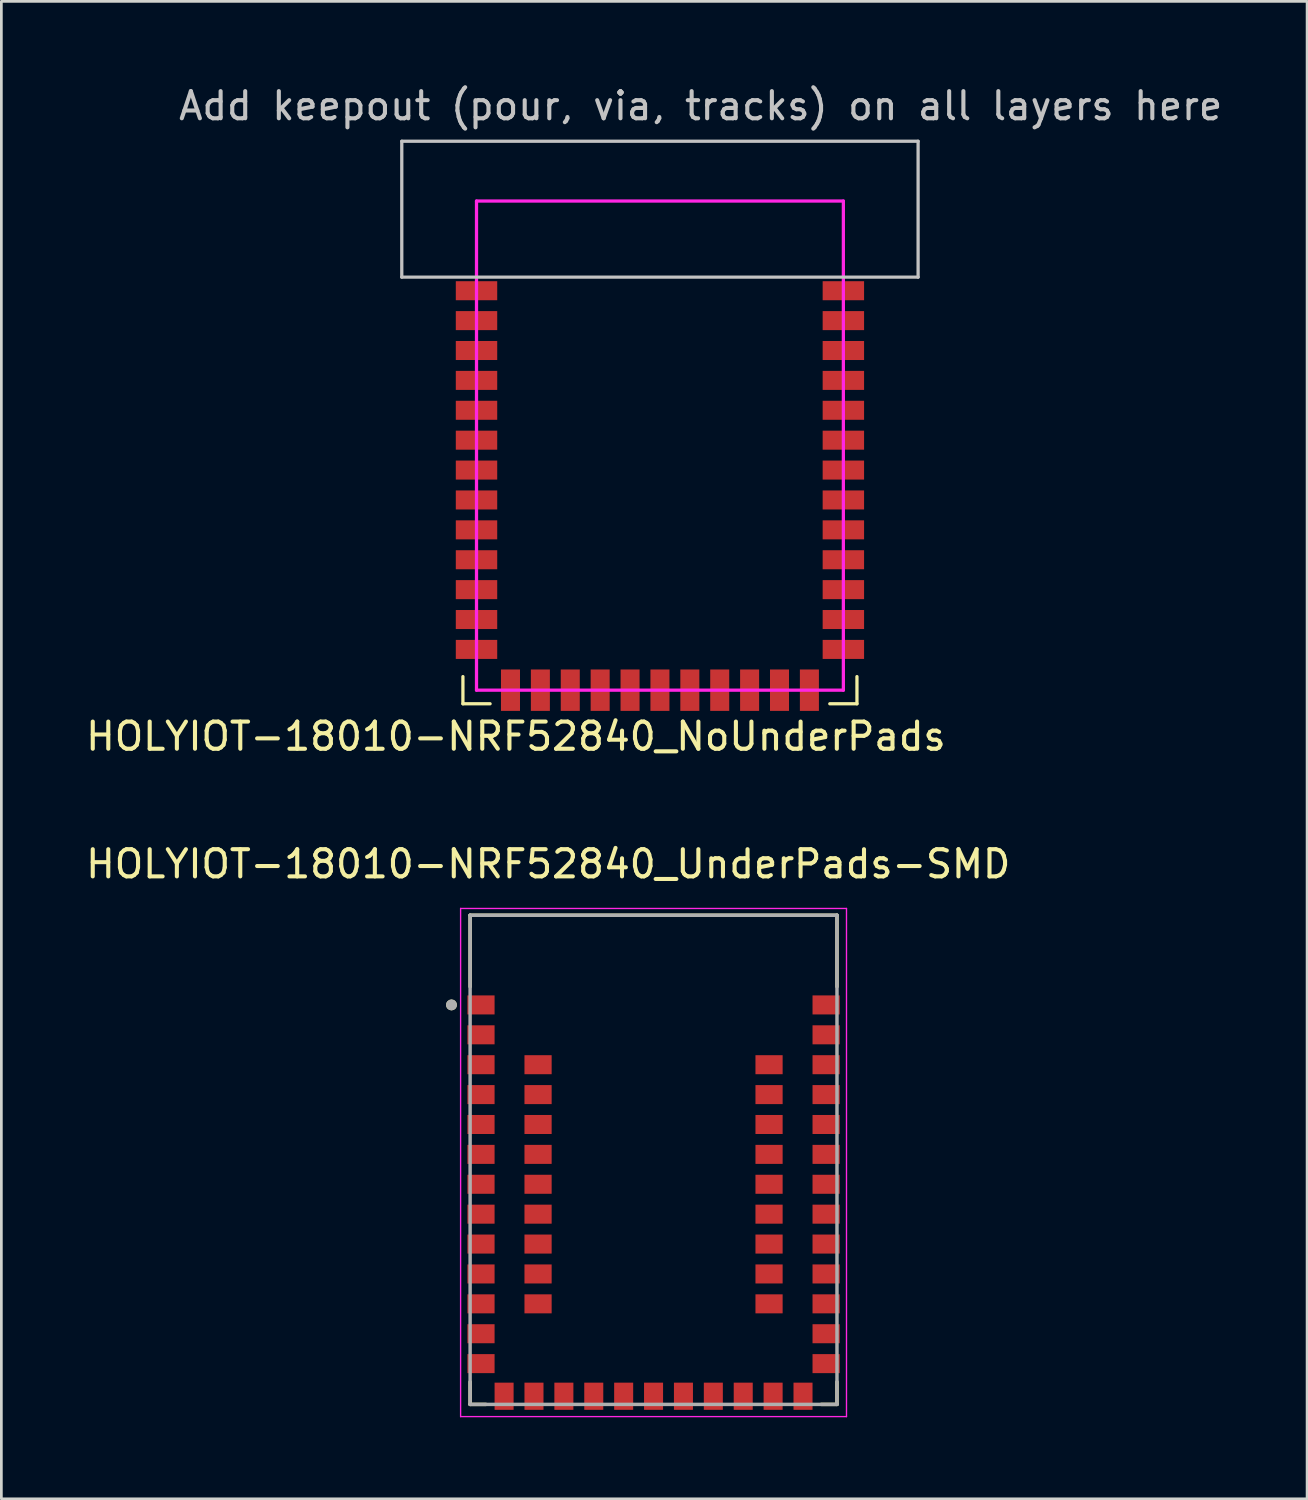
<source format=kicad_pcb>
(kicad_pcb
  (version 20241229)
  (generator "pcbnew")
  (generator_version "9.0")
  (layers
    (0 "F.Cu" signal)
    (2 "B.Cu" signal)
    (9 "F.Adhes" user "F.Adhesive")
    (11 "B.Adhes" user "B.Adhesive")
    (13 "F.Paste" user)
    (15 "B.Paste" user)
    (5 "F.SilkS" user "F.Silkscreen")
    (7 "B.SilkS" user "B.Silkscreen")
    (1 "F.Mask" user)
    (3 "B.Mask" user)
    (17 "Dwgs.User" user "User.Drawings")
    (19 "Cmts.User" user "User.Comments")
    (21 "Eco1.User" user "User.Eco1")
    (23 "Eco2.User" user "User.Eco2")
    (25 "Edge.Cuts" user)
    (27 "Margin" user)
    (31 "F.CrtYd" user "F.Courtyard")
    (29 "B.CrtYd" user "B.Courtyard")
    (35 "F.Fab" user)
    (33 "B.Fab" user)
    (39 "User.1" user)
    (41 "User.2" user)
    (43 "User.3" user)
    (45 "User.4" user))
  (footprint "HOLYIOT-18010-NRF52840_NoUnderPads"
    (layer "F.Cu")
    (at 21.235 13.348)
    (property "Reference" "HOLYIOT-18010-NRF52840_NoUnderPads" (at -5.3 10.7 0) (layer "F.SilkS") (effects (font (size 1 1) (thickness 0.15))))
    (attr smd)
    (fp_line (start -7.25 8.5) (end -7.25 9.5) (stroke (width 0.12) (type solid)) (layer "F.SilkS"))
    (fp_line (start -6.25 9.5) (end -7.25 9.5) (stroke (width 0.12) (type solid)) (layer "F.SilkS"))
    (fp_line (start 6.25 9.5) (end 7.25 9.5) (stroke (width 0.12) (type solid)) (layer "F.SilkS"))
    (fp_line (start 7.25 8.5) (end 7.25 9.5) (stroke (width 0.12) (type solid)) (layer "F.SilkS"))
    (fp_line (start -9.5 -11.2) (end 9.5 -11.2) (stroke (width 0.12) (type solid)) (layer "Dwgs.User"))
    (fp_line (start -9.5 -6.2) (end -9.5 -11.2) (stroke (width 0.12) (type solid)) (layer "Dwgs.User"))
    (fp_line (start 9.5 -11.2) (end 9.5 -6.2) (stroke (width 0.12) (type solid)) (layer "Dwgs.User"))
    (fp_line (start 9.5 -6.2) (end -9.5 -6.2) (stroke (width 0.12) (type solid)) (layer "Dwgs.User"))
    (fp_line (start -6.75 -9) (end 6.75 -9) (stroke (width 0.12) (type solid)) (layer "F.CrtYd"))
    (fp_line (start -6.75 9) (end -6.75 -9) (stroke (width 0.12) (type solid)) (layer "F.CrtYd"))
    (fp_line (start 6.75 -9) (end 6.75 9) (stroke (width 0.12) (type solid)) (layer "F.CrtYd"))
    (fp_line (start 6.75 9) (end -6.75 9) (stroke (width 0.12) (type solid)) (layer "F.CrtYd"))
    (fp_text user "Add keepout (pour, via, tracks) on all layers here" (at 1.5 -12.5 0) (layer "Dwgs.User") (effects (font (size 1 1) (thickness 0.15))))
    (pad "1" smd rect (at -6.75 -5.7) (size 1.524 0.7) (layers "F.Cu" "F.Mask" "F.Paste"))
    (pad "2" smd rect (at -6.75 -4.6) (size 1.524 0.7) (layers "F.Cu" "F.Mask" "F.Paste"))
    (pad "3" smd rect (at -6.75 -3.5) (size 1.524 0.7) (layers "F.Cu" "F.Mask" "F.Paste"))
    (pad "4" smd rect (at -6.75 -2.4) (size 1.524 0.7) (layers "F.Cu" "F.Mask" "F.Paste"))
    (pad "5" smd rect (at -6.75 -1.3) (size 1.524 0.7) (layers "F.Cu" "F.Mask" "F.Paste"))
    (pad "6" smd rect (at -6.75 -0.2) (size 1.524 0.7) (layers "F.Cu" "F.Mask" "F.Paste"))
    (pad "7" smd rect (at -6.75 0.9) (size 1.524 0.7) (layers "F.Cu" "F.Mask" "F.Paste"))
    (pad "8" smd rect (at -6.75 2) (size 1.524 0.7) (layers "F.Cu" "F.Mask" "F.Paste"))
    (pad "9" smd rect (at -6.75 3.1) (size 1.524 0.7) (layers "F.Cu" "F.Mask" "F.Paste"))
    (pad "10" smd rect (at -6.75 4.2) (size 1.524 0.7) (layers "F.Cu" "F.Mask" "F.Paste"))
    (pad "11" smd rect (at -6.75 5.3) (size 1.524 0.7) (layers "F.Cu" "F.Mask" "F.Paste"))
    (pad "12" smd rect (at -6.75 6.4) (size 1.524 0.7) (layers "F.Cu" "F.Mask" "F.Paste"))
    (pad "13" smd rect (at -6.75 7.5) (size 1.524 0.7) (layers "F.Cu" "F.Mask" "F.Paste"))
    (pad "14" smd rect (at -5.5 9 90) (size 1.524 0.7) (layers "F.Cu" "F.Mask" "F.Paste"))
    (pad "15" smd rect (at -4.4 9 90) (size 1.524 0.7) (layers "F.Cu" "F.Mask" "F.Paste"))
    (pad "16" smd rect (at -3.3 9 90) (size 1.524 0.7) (layers "F.Cu" "F.Mask" "F.Paste"))
    (pad "17" smd rect (at -2.2 9 90) (size 1.524 0.7) (layers "F.Cu" "F.Mask" "F.Paste"))
    (pad "18" smd rect (at -1.1 9 90) (size 1.524 0.7) (layers "F.Cu" "F.Mask" "F.Paste"))
    (pad "19" smd rect (at 0 9 90) (size 1.524 0.7) (layers "F.Cu" "F.Mask" "F.Paste"))
    (pad "20" smd rect (at 1.1 9 90) (size 1.524 0.7) (layers "F.Cu" "F.Mask" "F.Paste"))
    (pad "21" smd rect (at 2.2 9 90) (size 1.524 0.7) (layers "F.Cu" "F.Mask" "F.Paste"))
    (pad "22" smd rect (at 3.3 9 90) (size 1.524 0.7) (layers "F.Cu" "F.Mask" "F.Paste"))
    (pad "23" smd rect (at 4.4 9 90) (size 1.524 0.7) (layers "F.Cu" "F.Mask" "F.Paste"))
    (pad "24" smd rect (at 5.5 9 90) (size 1.524 0.7) (layers "F.Cu" "F.Mask" "F.Paste"))
    (pad "25" smd rect (at 6.75 7.5 180) (size 1.524 0.7) (layers "F.Cu" "F.Mask" "F.Paste"))
    (pad "26" smd rect (at 6.75 6.4 180) (size 1.524 0.7) (layers "F.Cu" "F.Mask" "F.Paste"))
    (pad "27" smd rect (at 6.75 5.3 180) (size 1.524 0.7) (layers "F.Cu" "F.Mask" "F.Paste"))
    (pad "28" smd rect (at 6.75 4.2 180) (size 1.524 0.7) (layers "F.Cu" "F.Mask" "F.Paste"))
    (pad "29" smd rect (at 6.75 3.1 180) (size 1.524 0.7) (layers "F.Cu" "F.Mask" "F.Paste"))
    (pad "30" smd rect (at 6.75 2 180) (size 1.524 0.7) (layers "F.Cu" "F.Mask" "F.Paste"))
    (pad "31" smd rect (at 6.75 0.9 180) (size 1.524 0.7) (layers "F.Cu" "F.Mask" "F.Paste"))
    (pad "32" smd rect (at 6.75 -0.2 180) (size 1.524 0.7) (layers "F.Cu" "F.Mask" "F.Paste"))
    (pad "33" smd rect (at 6.75 -1.3 180) (size 1.524 0.7) (layers "F.Cu" "F.Mask" "F.Paste"))
    (pad "34" smd rect (at 6.75 -2.4 180) (size 1.524 0.7) (layers "F.Cu" "F.Mask" "F.Paste"))
    (pad "35" smd rect (at 6.75 -3.5 180) (size 1.524 0.7) (layers "F.Cu" "F.Mask" "F.Paste"))
    (pad "36" smd rect (at 6.75 -4.6 180) (size 1.524 0.7) (layers "F.Cu" "F.Mask" "F.Paste"))
    (pad "37" smd rect (at 6.75 -5.7 180) (size 1.524 0.7) (layers "F.Cu" "F.Mask" "F.Paste")))
  (footprint "HOLYIOT-18010-NRF52840_UnderPads-SMD"
    (layer "F.Cu")
    (at 21 39.63)
    (property "Reference" "HOLYIOT-18010-NRF52840_UnderPads-SMD" (at -3.875 -10.885 0) (layer "F.SilkS") (effects (font (size 1 1) (thickness 0.15))))
    (attr smd)
    (fp_line (start -6.75 -9) (end 6.75 -9) (stroke (width 0.127) (type solid)) (layer "F.SilkS"))
    (fp_line (start -6.75 -6.37) (end -6.75 -9) (stroke (width 0.127) (type solid)) (layer "F.SilkS"))
    (fp_line (start -6.75 9) (end -6.75 8.17) (stroke (width 0.127) (type solid)) (layer "F.SilkS"))
    (fp_line (start -6.17 9) (end -6.75 9) (stroke (width 0.127) (type solid)) (layer "F.SilkS"))
    (fp_line (start 6.75 -9) (end 6.75 -6.37) (stroke (width 0.127) (type solid)) (layer "F.SilkS"))
    (fp_line (start 6.75 9) (end 6.17 9) (stroke (width 0.127) (type solid)) (layer "F.SilkS"))
    (fp_line (start 6.75 9) (end 6.75 8.17) (stroke (width 0.127) (type solid)) (layer "F.SilkS"))
    (fp_circle (center -7.436 -5.7) (end -7.336 -5.7) (stroke (width 0.2) (type solid)) (fill no) (layer "F.SilkS"))
    (fp_line (start -7.1 -9.25) (end -7.1 9.45) (stroke (width 0.05) (type solid)) (layer "F.CrtYd"))
    (fp_line (start -7.1 9.45) (end 7.1 9.45) (stroke (width 0.05) (type solid)) (layer "F.CrtYd"))
    (fp_line (start 7.1 -9.25) (end -7.1 -9.25) (stroke (width 0.05) (type solid)) (layer "F.CrtYd"))
    (fp_line (start 7.1 9.45) (end 7.1 -9.25) (stroke (width 0.05) (type solid)) (layer "F.CrtYd"))
    (fp_line (start -6.75 -9) (end 6.75 -9) (stroke (width 0.127) (type solid)) (layer "F.Fab"))
    (fp_line (start -6.75 9) (end -6.75 -9) (stroke (width 0.127) (type solid)) (layer "F.Fab"))
    (fp_line (start 6.75 -9) (end 6.75 9) (stroke (width 0.127) (type solid)) (layer "F.Fab"))
    (fp_line (start 6.75 9) (end -6.75 9) (stroke (width 0.127) (type solid)) (layer "F.Fab"))
    (fp_circle (center -7.436 -5.7) (end -7.336 -5.7) (stroke (width 0.2) (type solid)) (fill no) (layer "F.Fab"))
    (pad "1" smd rect (at -6.35 -5.7) (size 1 0.7) (layers "F.Cu" "F.Mask" "F.Paste"))
    (pad "2" smd rect (at -6.35 -4.6) (size 1 0.7) (layers "F.Cu" "F.Mask" "F.Paste"))
    (pad "3" smd rect (at -6.35 -3.5) (size 1 0.7) (layers "F.Cu" "F.Mask" "F.Paste"))
    (pad "4" smd rect (at -6.35 -2.4) (size 1 0.7) (layers "F.Cu" "F.Mask" "F.Paste"))
    (pad "5" smd rect (at -6.35 -1.3) (size 1 0.7) (layers "F.Cu" "F.Mask" "F.Paste"))
    (pad "6" smd rect (at -6.35 -0.2) (size 1 0.7) (layers "F.Cu" "F.Mask" "F.Paste"))
    (pad "7" smd rect (at -6.35 0.9) (size 1 0.7) (layers "F.Cu" "F.Mask" "F.Paste"))
    (pad "8" smd rect (at -6.35 2) (size 1 0.7) (layers "F.Cu" "F.Mask" "F.Paste"))
    (pad "9" smd rect (at -6.35 3.1) (size 1 0.7) (layers "F.Cu" "F.Mask" "F.Paste"))
    (pad "10" smd rect (at -6.35 4.2) (size 1 0.7) (layers "F.Cu" "F.Mask" "F.Paste"))
    (pad "11" smd rect (at -6.35 5.3) (size 1 0.7) (layers "F.Cu" "F.Mask" "F.Paste"))
    (pad "12" smd rect (at -6.35 6.4) (size 1 0.7) (layers "F.Cu" "F.Mask" "F.Paste"))
    (pad "13" smd rect (at -6.35 7.5) (size 1 0.7) (layers "F.Cu" "F.Mask" "F.Paste"))
    (pad "14" smd rect (at -5.5 8.7) (size 0.7 1) (layers "F.Cu" "F.Mask" "F.Paste"))
    (pad "15" smd rect (at -4.4 8.7) (size 0.7 1) (layers "F.Cu" "F.Mask" "F.Paste"))
    (pad "16" smd rect (at -3.3 8.7) (size 0.7 1) (layers "F.Cu" "F.Mask" "F.Paste"))
    (pad "17" smd rect (at -2.2 8.7) (size 0.7 1) (layers "F.Cu" "F.Mask" "F.Paste"))
    (pad "18" smd rect (at -1.1 8.7) (size 0.7 1) (layers "F.Cu" "F.Mask" "F.Paste"))
    (pad "19" smd rect (at 0 8.7) (size 0.7 1) (layers "F.Cu" "F.Mask" "F.Paste"))
    (pad "20" smd rect (at 1.1 8.7) (size 0.7 1) (layers "F.Cu" "F.Mask" "F.Paste"))
    (pad "21" smd rect (at 2.2 8.7) (size 0.7 1) (layers "F.Cu" "F.Mask" "F.Paste"))
    (pad "22" smd rect (at 3.3 8.7) (size 0.7 1) (layers "F.Cu" "F.Mask" "F.Paste"))
    (pad "23" smd rect (at 4.4 8.7) (size 0.7 1) (layers "F.Cu" "F.Mask" "F.Paste"))
    (pad "24" smd rect (at 5.5 8.7) (size 0.7 1) (layers "F.Cu" "F.Mask" "F.Paste"))
    (pad "25" smd rect (at 6.35 7.5) (size 1 0.7) (layers "F.Cu" "F.Mask" "F.Paste"))
    (pad "26" smd rect (at 6.35 6.4) (size 1 0.7) (layers "F.Cu" "F.Mask" "F.Paste"))
    (pad "27" smd rect (at 6.35 5.3) (size 1 0.7) (layers "F.Cu" "F.Mask" "F.Paste"))
    (pad "28" smd rect (at 6.35 4.2) (size 1 0.7) (layers "F.Cu" "F.Mask" "F.Paste"))
    (pad "29" smd rect (at 6.35 3.1) (size 1 0.7) (layers "F.Cu" "F.Mask" "F.Paste"))
    (pad "30" smd rect (at 6.35 2) (size 1 0.7) (layers "F.Cu" "F.Mask" "F.Paste"))
    (pad "31" smd rect (at 6.35 0.9) (size 1 0.7) (layers "F.Cu" "F.Mask" "F.Paste"))
    (pad "32" smd rect (at 6.35 -0.2) (size 1 0.7) (layers "F.Cu" "F.Mask" "F.Paste"))
    (pad "33" smd rect (at 6.35 -1.3) (size 1 0.7) (layers "F.Cu" "F.Mask" "F.Paste"))
    (pad "34" smd rect (at 6.35 -2.4) (size 1 0.7) (layers "F.Cu" "F.Mask" "F.Paste"))
    (pad "35" smd rect (at 6.35 -3.5) (size 1 0.7) (layers "F.Cu" "F.Mask" "F.Paste"))
    (pad "36" smd rect (at 6.35 -4.6) (size 1 0.7) (layers "F.Cu" "F.Mask" "F.Paste"))
    (pad "37" smd rect (at 6.35 -5.7) (size 1 0.7) (layers "F.Cu" "F.Mask" "F.Paste"))
    (pad "38" smd rect (at -4.25 -3.5) (size 1 0.7) (layers "F.Cu" "F.Mask" "F.Paste"))
    (pad "39" smd rect (at -4.25 -2.4) (size 1 0.7) (layers "F.Cu" "F.Mask" "F.Paste"))
    (pad "40" smd rect (at -4.25 -1.3) (size 1 0.7) (layers "F.Cu" "F.Mask" "F.Paste"))
    (pad "41" smd rect (at -4.25 -0.2) (size 1 0.7) (layers "F.Cu" "F.Mask" "F.Paste"))
    (pad "42" smd rect (at -4.25 0.9) (size 1 0.7) (layers "F.Cu" "F.Mask" "F.Paste"))
    (pad "43" smd rect (at -4.25 2) (size 1 0.7) (layers "F.Cu" "F.Mask" "F.Paste"))
    (pad "44" smd rect (at -4.25 3.1) (size 1 0.7) (layers "F.Cu" "F.Mask" "F.Paste"))
    (pad "45" smd rect (at -4.25 4.2) (size 1 0.7) (layers "F.Cu" "F.Mask" "F.Paste"))
    (pad "46" smd rect (at -4.25 5.3) (size 1 0.7) (layers "F.Cu" "F.Mask" "F.Paste"))
    (pad "47" smd rect (at 4.25 -3.5) (size 1 0.7) (layers "F.Cu" "F.Mask" "F.Paste"))
    (pad "48" smd rect (at 4.25 -2.4) (size 1 0.7) (layers "F.Cu" "F.Mask" "F.Paste"))
    (pad "49" smd rect (at 4.25 -1.3) (size 1 0.7) (layers "F.Cu" "F.Mask" "F.Paste"))
    (pad "50" smd rect (at 4.25 -0.2) (size 1 0.7) (layers "F.Cu" "F.Mask" "F.Paste"))
    (pad "51" smd rect (at 4.25 0.9) (size 1 0.7) (layers "F.Cu" "F.Mask" "F.Paste"))
    (pad "52" smd rect (at 4.25 2) (size 1 0.7) (layers "F.Cu" "F.Mask" "F.Paste"))
    (pad "53" smd rect (at 4.25 3.1) (size 1 0.7) (layers "F.Cu" "F.Mask" "F.Paste"))
    (pad "54" smd rect (at 4.25 4.2) (size 1 0.7) (layers "F.Cu" "F.Mask" "F.Paste"))
    (pad "55" smd rect (at 4.25 5.3) (size 1 0.7) (layers "F.Cu" "F.Mask" "F.Paste"))
    (zone (net_name "") (layer "F.Cu") (hatch full 0.508) (connect_pads) (min_thickness 0.01) (filled_areas_thickness no) (keepout (tracks not_allowed) (vias not_allowed) (pads not_allowed) (copperpour not_allowed) (footprints allowed)) (placement (enabled no)) (fill) (polygon (pts (xy 14.2 30.63) (xy 27.8 30.63) (xy 27.8 33.58) (xy 14.2 33.58))))
    (zone (net_name "") (layers "F.Cu" "B.Cu") (hatch full 0.508) (connect_pads) (min_thickness 0.01) (filled_areas_thickness no) (keepout (tracks allowed) (vias not_allowed) (pads allowed) (copperpour allowed) (footprints allowed)) (placement (enabled no)) (fill) (polygon (pts (xy 14.2 30.63) (xy 27.8 30.63) (xy 27.8 33.58) (xy 14.2 33.58))))
    (zone (net_name "") (layer "B.Cu") (hatch full 0.508) (connect_pads) (min_thickness 0.01) (filled_areas_thickness no) (keepout (tracks not_allowed) (vias not_allowed) (pads not_allowed) (copperpour not_allowed) (footprints allowed)) (placement (enabled no)) (fill) (polygon (pts (xy 14.2 30.63) (xy 27.8 30.63) (xy 27.8 33.58) (xy 14.2 33.58)))))
  (gr_rect
    (start -3 -3)
    (end 45.05 52.105)
    (stroke (width 0.1) (type default))
    (fill no)
    (layer "Edge.Cuts")))
</source>
